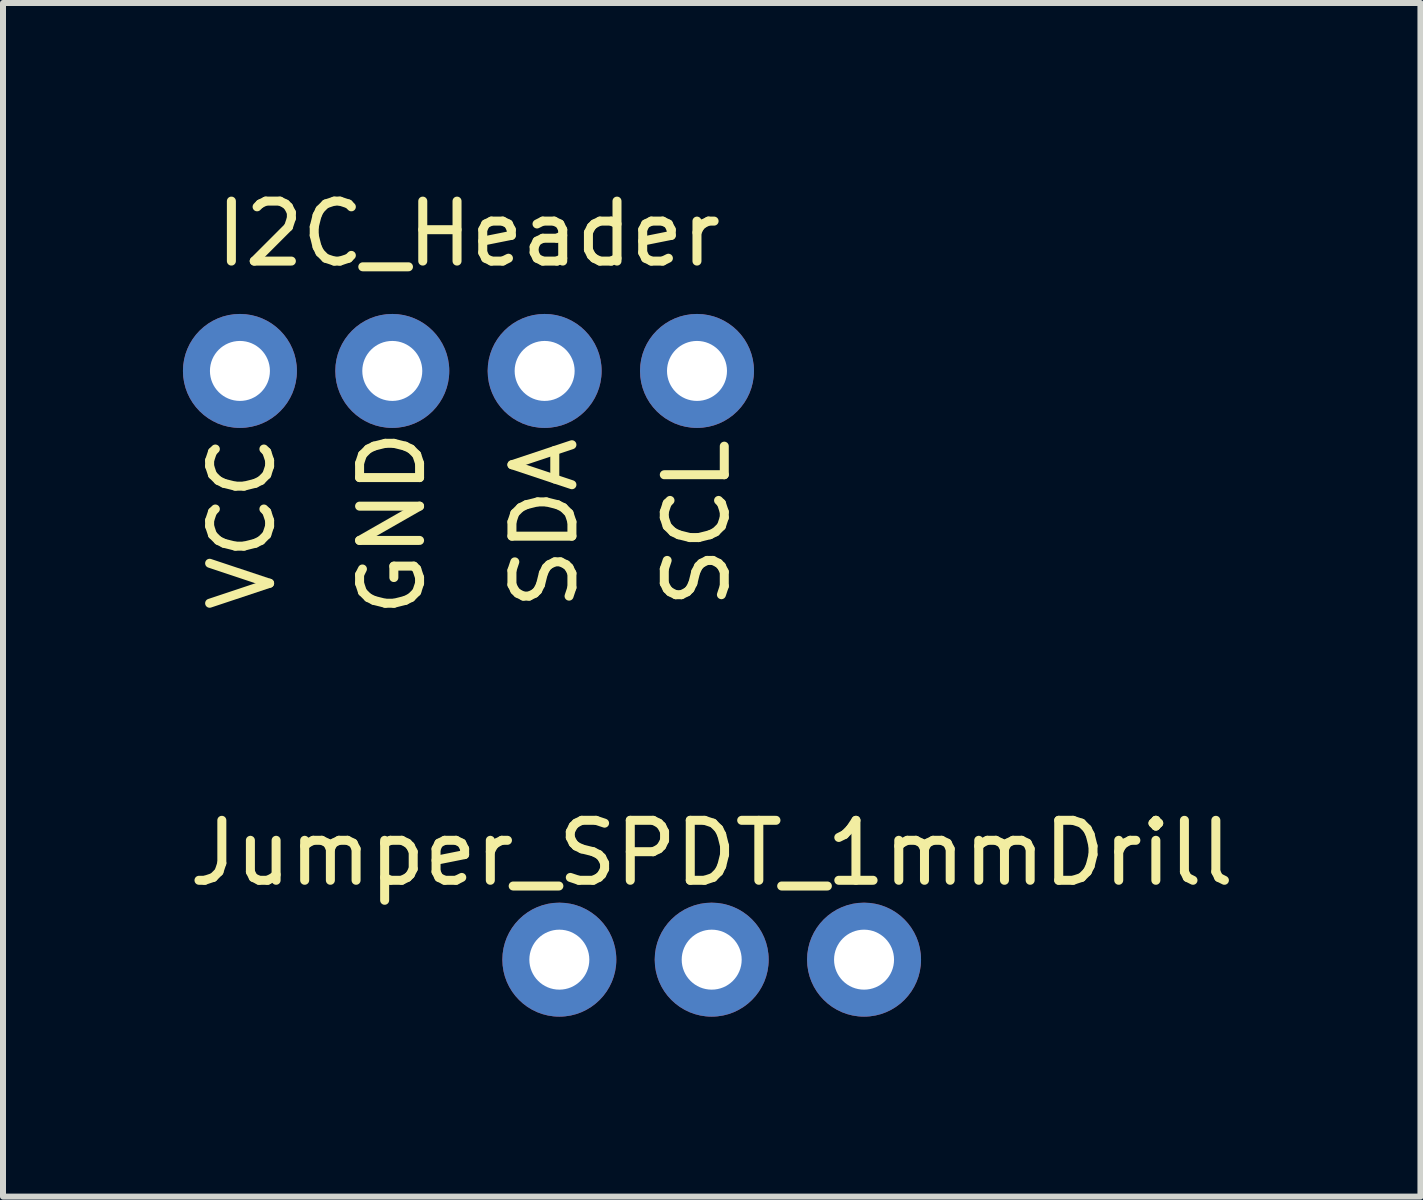
<source format=kicad_pcb>
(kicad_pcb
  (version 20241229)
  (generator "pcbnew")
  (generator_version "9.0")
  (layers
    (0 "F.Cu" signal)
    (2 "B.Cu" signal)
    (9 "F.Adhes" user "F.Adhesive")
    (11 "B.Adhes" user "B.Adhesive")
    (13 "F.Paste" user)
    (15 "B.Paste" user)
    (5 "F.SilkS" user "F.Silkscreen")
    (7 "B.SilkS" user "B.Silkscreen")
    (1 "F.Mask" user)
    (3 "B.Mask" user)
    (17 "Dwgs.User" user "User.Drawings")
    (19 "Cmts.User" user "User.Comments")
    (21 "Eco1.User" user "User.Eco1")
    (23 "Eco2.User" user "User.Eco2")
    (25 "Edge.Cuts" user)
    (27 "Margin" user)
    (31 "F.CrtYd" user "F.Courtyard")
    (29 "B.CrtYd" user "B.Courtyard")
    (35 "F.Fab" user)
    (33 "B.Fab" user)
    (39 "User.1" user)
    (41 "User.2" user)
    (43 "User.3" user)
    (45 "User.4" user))
  (footprint "Jumper_SPDT_1mmDrill"
    (layer "F.Cu")
    (at 8.815 12.949)
    (property "Reference" "Jumper_SPDT_1mmDrill" (at 0 -1.778 0) (layer "F.SilkS") (effects (font (size 1 1) (thickness 0.15))))
    (attr through_hole)
    (pad "1" thru_hole circle (at -2.54 0) (size 1.9 1.9) (drill 1) (layers "*.Cu" "*.Mask"))
    (pad "2" thru_hole circle (at 0 0) (size 1.9 1.9) (drill 1) (layers "*.Cu" "*.Mask"))
    (pad "3" thru_hole circle (at 2.54 0) (size 1.9 1.9) (drill 1) (layers "*.Cu" "*.Mask")))
  (footprint "I2C_Header"
    (layer "F.Cu")
    (at 4.76 3.134)
    (property "Reference" "I2C_Header" (at 0 -2.286 0) (layer "F.SilkS") (effects (font (size 1 1) (thickness 0.15))))
    (attr through_hole)
    (fp_text user "SDA" (at 1.27 2.54 90) (layer "F.SilkS") (effects (font (size 1 1) (thickness 0.15))))
    (fp_text user "GND" (at -1.27 2.54 90) (layer "F.SilkS") (effects (font (size 1 1) (thickness 0.15))))
    (fp_text user "VCC" (at -3.77 2.54 90) (layer "F.SilkS") (effects (font (size 1 1) (thickness 0.15))))
    (fp_text user "SCL" (at 3.81 2.54 90) (layer "F.SilkS") (effects (font (size 1 1) (thickness 0.15))))
    (pad "1" thru_hole circle (at -3.81 0) (size 1.9 1.9) (drill 1) (layers "*.Cu" "*.Mask"))
    (pad "2" thru_hole circle (at -1.27 0) (size 1.9 1.9) (drill 1) (layers "*.Cu" "*.Mask"))
    (pad "3" thru_hole circle (at 1.27 0) (size 1.9 1.9) (drill 1) (layers "*.Cu" "*.Mask"))
    (pad "4" thru_hole circle (at 3.81 0) (size 1.9 1.9) (drill 1) (layers "*.Cu" "*.Mask")))
  (gr_rect
    (start -3 -3)
    (end 20.631 16.899)
    (stroke (width 0.1) (type default))
    (fill no)
    (layer "Edge.Cuts")))
</source>
